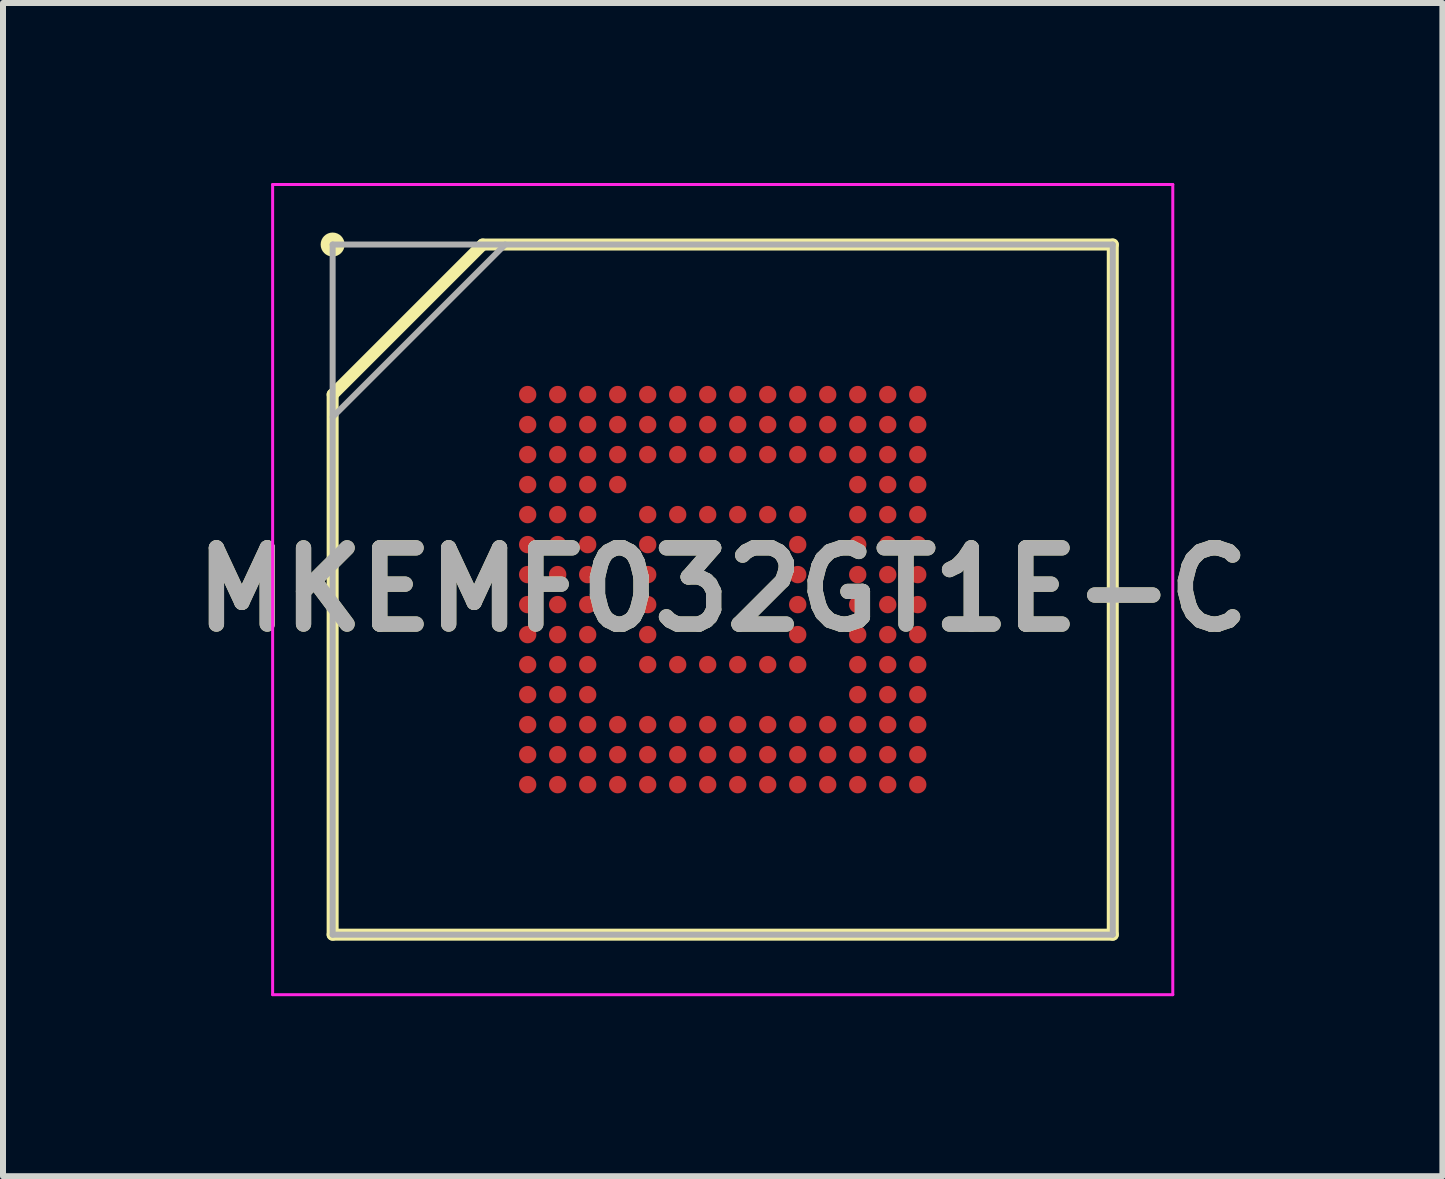
<source format=kicad_pcb>
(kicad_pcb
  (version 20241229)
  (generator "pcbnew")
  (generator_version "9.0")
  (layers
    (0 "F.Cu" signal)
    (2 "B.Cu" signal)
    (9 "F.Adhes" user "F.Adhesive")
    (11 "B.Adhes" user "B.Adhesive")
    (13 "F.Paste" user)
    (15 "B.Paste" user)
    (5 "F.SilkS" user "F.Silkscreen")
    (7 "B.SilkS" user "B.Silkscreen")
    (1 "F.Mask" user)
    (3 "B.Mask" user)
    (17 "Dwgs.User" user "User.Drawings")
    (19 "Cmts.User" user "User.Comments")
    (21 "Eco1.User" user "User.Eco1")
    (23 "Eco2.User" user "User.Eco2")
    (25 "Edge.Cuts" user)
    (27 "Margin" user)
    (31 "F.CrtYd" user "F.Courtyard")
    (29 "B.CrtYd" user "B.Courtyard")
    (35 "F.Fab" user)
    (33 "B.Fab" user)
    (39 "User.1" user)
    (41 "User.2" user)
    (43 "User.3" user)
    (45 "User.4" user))
  (footprint "MKEMF032GT1E-C"
    (layer "F.Cu")
    (at 8.993 6.775)
    (property "Reference" "MKEMF032GT1E-C" (at 0 0 0) (layer "F.SilkS") (effects (font (size 1.27 1.27) (thickness 0.254))))
    (attr smd)
    (fp_line (start -6.5 -3.25) (end -4 -5.75) (stroke (width 0.2) (type solid)) (layer "F.SilkS"))
    (fp_line (start -6.5 5.75) (end -6.5 -3.25) (stroke (width 0.2) (type solid)) (layer "F.SilkS"))
    (fp_line (start -4 -5.75) (end 6.5 -5.75) (stroke (width 0.2) (type solid)) (layer "F.SilkS"))
    (fp_line (start 6.5 -5.75) (end 6.5 5.75) (stroke (width 0.2) (type solid)) (layer "F.SilkS"))
    (fp_line (start 6.5 5.75) (end -6.5 5.75) (stroke (width 0.2) (type solid)) (layer "F.SilkS"))
    (fp_circle (center -6.5 -5.75) (end -6.5 -5.65) (stroke (width 0.2) (type solid)) (fill no) (layer "F.SilkS"))
    (fp_line (start -7.5 -6.75) (end 7.5 -6.75) (stroke (width 0.05) (type solid)) (layer "F.CrtYd"))
    (fp_line (start -7.5 6.75) (end -7.5 -6.75) (stroke (width 0.05) (type solid)) (layer "F.CrtYd"))
    (fp_line (start 7.5 -6.75) (end 7.5 6.75) (stroke (width 0.05) (type solid)) (layer "F.CrtYd"))
    (fp_line (start 7.5 6.75) (end -7.5 6.75) (stroke (width 0.05) (type solid)) (layer "F.CrtYd"))
    (fp_line (start -6.5 -5.75) (end 6.5 -5.75) (stroke (width 0.1) (type solid)) (layer "F.Fab"))
    (fp_line (start -6.5 -2.875) (end -3.625 -5.75) (stroke (width 0.1) (type solid)) (layer "F.Fab"))
    (fp_line (start -6.5 5.75) (end -6.5 -5.75) (stroke (width 0.1) (type solid)) (layer "F.Fab"))
    (fp_line (start 6.5 -5.75) (end 6.5 5.75) (stroke (width 0.1) (type solid)) (layer "F.Fab"))
    (fp_line (start 6.5 5.75) (end -6.5 5.75) (stroke (width 0.1) (type solid)) (layer "F.Fab"))
    (fp_text user "${REFERENCE}" (at 0 0 0) (layer "F.Fab") (effects (font (size 1.27 1.27) (thickness 0.254))))
    (pad "A1" smd circle (at -3.25 -3.25 90) (size 0.29 0.29) (layers "F.Cu" "F.Mask" "F.Paste"))
    (pad "A2" smd circle (at -2.75 -3.25 90) (size 0.29 0.29) (layers "F.Cu" "F.Mask" "F.Paste"))
    (pad "A3" smd circle (at -2.25 -3.25 90) (size 0.29 0.29) (layers "F.Cu" "F.Mask" "F.Paste"))
    (pad "A4" smd circle (at -1.75 -3.25 90) (size 0.29 0.29) (layers "F.Cu" "F.Mask" "F.Paste"))
    (pad "A5" smd circle (at -1.25 -3.25 90) (size 0.29 0.29) (layers "F.Cu" "F.Mask" "F.Paste"))
    (pad "A6" smd circle (at -0.75 -3.25 90) (size 0.29 0.29) (layers "F.Cu" "F.Mask" "F.Paste"))
    (pad "A7" smd circle (at -0.25 -3.25 90) (size 0.29 0.29) (layers "F.Cu" "F.Mask" "F.Paste"))
    (pad "A8" smd circle (at 0.25 -3.25 90) (size 0.29 0.29) (layers "F.Cu" "F.Mask" "F.Paste"))
    (pad "A9" smd circle (at 0.75 -3.25 90) (size 0.29 0.29) (layers "F.Cu" "F.Mask" "F.Paste"))
    (pad "A10" smd circle (at 1.25 -3.25 90) (size 0.29 0.29) (layers "F.Cu" "F.Mask" "F.Paste"))
    (pad "A11" smd circle (at 1.75 -3.25 90) (size 0.29 0.29) (layers "F.Cu" "F.Mask" "F.Paste"))
    (pad "A12" smd circle (at 2.25 -3.25 90) (size 0.29 0.29) (layers "F.Cu" "F.Mask" "F.Paste"))
    (pad "A13" smd circle (at 2.75 -3.25 90) (size 0.29 0.29) (layers "F.Cu" "F.Mask" "F.Paste"))
    (pad "A14" smd circle (at 3.25 -3.25 90) (size 0.29 0.29) (layers "F.Cu" "F.Mask" "F.Paste"))
    (pad "B1" smd circle (at -3.25 -2.75 90) (size 0.29 0.29) (layers "F.Cu" "F.Mask" "F.Paste"))
    (pad "B2" smd circle (at -2.75 -2.75 90) (size 0.29 0.29) (layers "F.Cu" "F.Mask" "F.Paste"))
    (pad "B3" smd circle (at -2.25 -2.75 90) (size 0.29 0.29) (layers "F.Cu" "F.Mask" "F.Paste"))
    (pad "B4" smd circle (at -1.75 -2.75 90) (size 0.29 0.29) (layers "F.Cu" "F.Mask" "F.Paste"))
    (pad "B5" smd circle (at -1.25 -2.75 90) (size 0.29 0.29) (layers "F.Cu" "F.Mask" "F.Paste"))
    (pad "B6" smd circle (at -0.75 -2.75 90) (size 0.29 0.29) (layers "F.Cu" "F.Mask" "F.Paste"))
    (pad "B7" smd circle (at -0.25 -2.75 90) (size 0.29 0.29) (layers "F.Cu" "F.Mask" "F.Paste"))
    (pad "B8" smd circle (at 0.25 -2.75 90) (size 0.29 0.29) (layers "F.Cu" "F.Mask" "F.Paste"))
    (pad "B9" smd circle (at 0.75 -2.75 90) (size 0.29 0.29) (layers "F.Cu" "F.Mask" "F.Paste"))
    (pad "B10" smd circle (at 1.25 -2.75 90) (size 0.29 0.29) (layers "F.Cu" "F.Mask" "F.Paste"))
    (pad "B11" smd circle (at 1.75 -2.75 90) (size 0.29 0.29) (layers "F.Cu" "F.Mask" "F.Paste"))
    (pad "B12" smd circle (at 2.25 -2.75 90) (size 0.29 0.29) (layers "F.Cu" "F.Mask" "F.Paste"))
    (pad "B13" smd circle (at 2.75 -2.75 90) (size 0.29 0.29) (layers "F.Cu" "F.Mask" "F.Paste"))
    (pad "B14" smd circle (at 3.25 -2.75 90) (size 0.29 0.29) (layers "F.Cu" "F.Mask" "F.Paste"))
    (pad "C1" smd circle (at -3.25 -2.25 90) (size 0.29 0.29) (layers "F.Cu" "F.Mask" "F.Paste"))
    (pad "C2" smd circle (at -2.75 -2.25 90) (size 0.29 0.29) (layers "F.Cu" "F.Mask" "F.Paste"))
    (pad "C3" smd circle (at -2.25 -2.25 90) (size 0.29 0.29) (layers "F.Cu" "F.Mask" "F.Paste"))
    (pad "C4" smd circle (at -1.75 -2.25 90) (size 0.29 0.29) (layers "F.Cu" "F.Mask" "F.Paste"))
    (pad "C5" smd circle (at -1.25 -2.25 90) (size 0.29 0.29) (layers "F.Cu" "F.Mask" "F.Paste"))
    (pad "C6" smd circle (at -0.75 -2.25 90) (size 0.29 0.29) (layers "F.Cu" "F.Mask" "F.Paste"))
    (pad "C7" smd circle (at -0.25 -2.25 90) (size 0.29 0.29) (layers "F.Cu" "F.Mask" "F.Paste"))
    (pad "C8" smd circle (at 0.25 -2.25 90) (size 0.29 0.29) (layers "F.Cu" "F.Mask" "F.Paste"))
    (pad "C9" smd circle (at 0.75 -2.25 90) (size 0.29 0.29) (layers "F.Cu" "F.Mask" "F.Paste"))
    (pad "C10" smd circle (at 1.25 -2.25 90) (size 0.29 0.29) (layers "F.Cu" "F.Mask" "F.Paste"))
    (pad "C11" smd circle (at 1.75 -2.25 90) (size 0.29 0.29) (layers "F.Cu" "F.Mask" "F.Paste"))
    (pad "C12" smd circle (at 2.25 -2.25 90) (size 0.29 0.29) (layers "F.Cu" "F.Mask" "F.Paste"))
    (pad "C13" smd circle (at 2.75 -2.25 90) (size 0.29 0.29) (layers "F.Cu" "F.Mask" "F.Paste"))
    (pad "C14" smd circle (at 3.25 -2.25 90) (size 0.29 0.29) (layers "F.Cu" "F.Mask" "F.Paste"))
    (pad "D1" smd circle (at -3.25 -1.75 90) (size 0.29 0.29) (layers "F.Cu" "F.Mask" "F.Paste"))
    (pad "D2" smd circle (at -2.75 -1.75 90) (size 0.29 0.29) (layers "F.Cu" "F.Mask" "F.Paste"))
    (pad "D3" smd circle (at -2.25 -1.75 90) (size 0.29 0.29) (layers "F.Cu" "F.Mask" "F.Paste"))
    (pad "D4" smd circle (at -1.75 -1.75 90) (size 0.29 0.29) (layers "F.Cu" "F.Mask" "F.Paste"))
    (pad "D12" smd circle (at 2.25 -1.75 90) (size 0.29 0.29) (layers "F.Cu" "F.Mask" "F.Paste"))
    (pad "D13" smd circle (at 2.75 -1.75 90) (size 0.29 0.29) (layers "F.Cu" "F.Mask" "F.Paste"))
    (pad "D14" smd circle (at 3.25 -1.75 90) (size 0.29 0.29) (layers "F.Cu" "F.Mask" "F.Paste"))
    (pad "E1" smd circle (at -3.25 -1.25 90) (size 0.29 0.29) (layers "F.Cu" "F.Mask" "F.Paste"))
    (pad "E2" smd circle (at -2.75 -1.25 90) (size 0.29 0.29) (layers "F.Cu" "F.Mask" "F.Paste"))
    (pad "E3" smd circle (at -2.25 -1.25 90) (size 0.29 0.29) (layers "F.Cu" "F.Mask" "F.Paste"))
    (pad "E5" smd circle (at -1.25 -1.25 90) (size 0.29 0.29) (layers "F.Cu" "F.Mask" "F.Paste"))
    (pad "E6" smd circle (at -0.75 -1.25 90) (size 0.29 0.29) (layers "F.Cu" "F.Mask" "F.Paste"))
    (pad "E7" smd circle (at -0.25 -1.25 90) (size 0.29 0.29) (layers "F.Cu" "F.Mask" "F.Paste"))
    (pad "E8" smd circle (at 0.25 -1.25 90) (size 0.29 0.29) (layers "F.Cu" "F.Mask" "F.Paste"))
    (pad "E9" smd circle (at 0.75 -1.25 90) (size 0.29 0.29) (layers "F.Cu" "F.Mask" "F.Paste"))
    (pad "E10" smd circle (at 1.25 -1.25 90) (size 0.29 0.29) (layers "F.Cu" "F.Mask" "F.Paste"))
    (pad "E12" smd circle (at 2.25 -1.25 90) (size 0.29 0.29) (layers "F.Cu" "F.Mask" "F.Paste"))
    (pad "E13" smd circle (at 2.75 -1.25 90) (size 0.29 0.29) (layers "F.Cu" "F.Mask" "F.Paste"))
    (pad "E14" smd circle (at 3.25 -1.25 90) (size 0.29 0.29) (layers "F.Cu" "F.Mask" "F.Paste"))
    (pad "F1" smd circle (at -3.25 -0.75 90) (size 0.29 0.29) (layers "F.Cu" "F.Mask" "F.Paste"))
    (pad "F2" smd circle (at -2.75 -0.75 90) (size 0.29 0.29) (layers "F.Cu" "F.Mask" "F.Paste"))
    (pad "F3" smd circle (at -2.25 -0.75 90) (size 0.29 0.29) (layers "F.Cu" "F.Mask" "F.Paste"))
    (pad "F5" smd circle (at -1.25 -0.75 90) (size 0.29 0.29) (layers "F.Cu" "F.Mask" "F.Paste"))
    (pad "F10" smd circle (at 1.25 -0.75 90) (size 0.29 0.29) (layers "F.Cu" "F.Mask" "F.Paste"))
    (pad "F12" smd circle (at 2.25 -0.75 90) (size 0.29 0.29) (layers "F.Cu" "F.Mask" "F.Paste"))
    (pad "F13" smd circle (at 2.75 -0.75 90) (size 0.29 0.29) (layers "F.Cu" "F.Mask" "F.Paste"))
    (pad "F14" smd circle (at 3.25 -0.75 90) (size 0.29 0.29) (layers "F.Cu" "F.Mask" "F.Paste"))
    (pad "G1" smd circle (at -3.25 -0.25 90) (size 0.29 0.29) (layers "F.Cu" "F.Mask" "F.Paste"))
    (pad "G2" smd circle (at -2.75 -0.25 90) (size 0.29 0.29) (layers "F.Cu" "F.Mask" "F.Paste"))
    (pad "G3" smd circle (at -2.25 -0.25 90) (size 0.29 0.29) (layers "F.Cu" "F.Mask" "F.Paste"))
    (pad "G5" smd circle (at -1.25 -0.25 90) (size 0.29 0.29) (layers "F.Cu" "F.Mask" "F.Paste"))
    (pad "G10" smd circle (at 1.25 -0.25 90) (size 0.29 0.29) (layers "F.Cu" "F.Mask" "F.Paste"))
    (pad "G12" smd circle (at 2.25 -0.25 90) (size 0.29 0.29) (layers "F.Cu" "F.Mask" "F.Paste"))
    (pad "G13" smd circle (at 2.75 -0.25 90) (size 0.29 0.29) (layers "F.Cu" "F.Mask" "F.Paste"))
    (pad "G14" smd circle (at 3.25 -0.25 90) (size 0.29 0.29) (layers "F.Cu" "F.Mask" "F.Paste"))
    (pad "H1" smd circle (at -3.25 0.25 90) (size 0.29 0.29) (layers "F.Cu" "F.Mask" "F.Paste"))
    (pad "H2" smd circle (at -2.75 0.25 90) (size 0.29 0.29) (layers "F.Cu" "F.Mask" "F.Paste"))
    (pad "H3" smd circle (at -2.25 0.25 90) (size 0.29 0.29) (layers "F.Cu" "F.Mask" "F.Paste"))
    (pad "H5" smd circle (at -1.25 0.25 90) (size 0.29 0.29) (layers "F.Cu" "F.Mask" "F.Paste"))
    (pad "H10" smd circle (at 1.25 0.25 90) (size 0.29 0.29) (layers "F.Cu" "F.Mask" "F.Paste"))
    (pad "H12" smd circle (at 2.25 0.25 90) (size 0.29 0.29) (layers "F.Cu" "F.Mask" "F.Paste"))
    (pad "H13" smd circle (at 2.75 0.25 90) (size 0.29 0.29) (layers "F.Cu" "F.Mask" "F.Paste"))
    (pad "H14" smd circle (at 3.25 0.25 90) (size 0.29 0.29) (layers "F.Cu" "F.Mask" "F.Paste"))
    (pad "J1" smd circle (at -3.25 0.75 90) (size 0.29 0.29) (layers "F.Cu" "F.Mask" "F.Paste"))
    (pad "J2" smd circle (at -2.75 0.75 90) (size 0.29 0.29) (layers "F.Cu" "F.Mask" "F.Paste"))
    (pad "J3" smd circle (at -2.25 0.75 90) (size 0.29 0.29) (layers "F.Cu" "F.Mask" "F.Paste"))
    (pad "J5" smd circle (at -1.25 0.75 90) (size 0.29 0.29) (layers "F.Cu" "F.Mask" "F.Paste"))
    (pad "J10" smd circle (at 1.25 0.75 90) (size 0.29 0.29) (layers "F.Cu" "F.Mask" "F.Paste"))
    (pad "J12" smd circle (at 2.25 0.75 90) (size 0.29 0.29) (layers "F.Cu" "F.Mask" "F.Paste"))
    (pad "J13" smd circle (at 2.75 0.75 90) (size 0.29 0.29) (layers "F.Cu" "F.Mask" "F.Paste"))
    (pad "J14" smd circle (at 3.25 0.75 90) (size 0.29 0.29) (layers "F.Cu" "F.Mask" "F.Paste"))
    (pad "K1" smd circle (at -3.25 1.25 90) (size 0.29 0.29) (layers "F.Cu" "F.Mask" "F.Paste"))
    (pad "K2" smd circle (at -2.75 1.25 90) (size 0.29 0.29) (layers "F.Cu" "F.Mask" "F.Paste"))
    (pad "K3" smd circle (at -2.25 1.25 90) (size 0.29 0.29) (layers "F.Cu" "F.Mask" "F.Paste"))
    (pad "K5" smd circle (at -1.25 1.25 90) (size 0.29 0.29) (layers "F.Cu" "F.Mask" "F.Paste"))
    (pad "K6" smd circle (at -0.75 1.25 90) (size 0.29 0.29) (layers "F.Cu" "F.Mask" "F.Paste"))
    (pad "K7" smd circle (at -0.25 1.25 90) (size 0.29 0.29) (layers "F.Cu" "F.Mask" "F.Paste"))
    (pad "K8" smd circle (at 0.25 1.25 90) (size 0.29 0.29) (layers "F.Cu" "F.Mask" "F.Paste"))
    (pad "K9" smd circle (at 0.75 1.25 90) (size 0.29 0.29) (layers "F.Cu" "F.Mask" "F.Paste"))
    (pad "K10" smd circle (at 1.25 1.25 90) (size 0.29 0.29) (layers "F.Cu" "F.Mask" "F.Paste"))
    (pad "K12" smd circle (at 2.25 1.25 90) (size 0.29 0.29) (layers "F.Cu" "F.Mask" "F.Paste"))
    (pad "K13" smd circle (at 2.75 1.25 90) (size 0.29 0.29) (layers "F.Cu" "F.Mask" "F.Paste"))
    (pad "K14" smd circle (at 3.25 1.25 90) (size 0.29 0.29) (layers "F.Cu" "F.Mask" "F.Paste"))
    (pad "L1" smd circle (at -3.25 1.75 90) (size 0.29 0.29) (layers "F.Cu" "F.Mask" "F.Paste"))
    (pad "L2" smd circle (at -2.75 1.75 90) (size 0.29 0.29) (layers "F.Cu" "F.Mask" "F.Paste"))
    (pad "L3" smd circle (at -2.25 1.75 90) (size 0.29 0.29) (layers "F.Cu" "F.Mask" "F.Paste"))
    (pad "L12" smd circle (at 2.25 1.75 90) (size 0.29 0.29) (layers "F.Cu" "F.Mask" "F.Paste"))
    (pad "L13" smd circle (at 2.75 1.75 90) (size 0.29 0.29) (layers "F.Cu" "F.Mask" "F.Paste"))
    (pad "L14" smd circle (at 3.25 1.75 90) (size 0.29 0.29) (layers "F.Cu" "F.Mask" "F.Paste"))
    (pad "M1" smd circle (at -3.25 2.25 90) (size 0.29 0.29) (layers "F.Cu" "F.Mask" "F.Paste"))
    (pad "M2" smd circle (at -2.75 2.25 90) (size 0.29 0.29) (layers "F.Cu" "F.Mask" "F.Paste"))
    (pad "M3" smd circle (at -2.25 2.25 90) (size 0.29 0.29) (layers "F.Cu" "F.Mask" "F.Paste"))
    (pad "M4" smd circle (at -1.75 2.25 90) (size 0.29 0.29) (layers "F.Cu" "F.Mask" "F.Paste"))
    (pad "M5" smd circle (at -1.25 2.25 90) (size 0.29 0.29) (layers "F.Cu" "F.Mask" "F.Paste"))
    (pad "M6" smd circle (at -0.75 2.25 90) (size 0.29 0.29) (layers "F.Cu" "F.Mask" "F.Paste"))
    (pad "M7" smd circle (at -0.25 2.25 90) (size 0.29 0.29) (layers "F.Cu" "F.Mask" "F.Paste"))
    (pad "M8" smd circle (at 0.25 2.25 90) (size 0.29 0.29) (layers "F.Cu" "F.Mask" "F.Paste"))
    (pad "M9" smd circle (at 0.75 2.25 90) (size 0.29 0.29) (layers "F.Cu" "F.Mask" "F.Paste"))
    (pad "M10" smd circle (at 1.25 2.25 90) (size 0.29 0.29) (layers "F.Cu" "F.Mask" "F.Paste"))
    (pad "M11" smd circle (at 1.75 2.25 90) (size 0.29 0.29) (layers "F.Cu" "F.Mask" "F.Paste"))
    (pad "M12" smd circle (at 2.25 2.25 90) (size 0.29 0.29) (layers "F.Cu" "F.Mask" "F.Paste"))
    (pad "M13" smd circle (at 2.75 2.25 90) (size 0.29 0.29) (layers "F.Cu" "F.Mask" "F.Paste"))
    (pad "M14" smd circle (at 3.25 2.25 90) (size 0.29 0.29) (layers "F.Cu" "F.Mask" "F.Paste"))
    (pad "N1" smd circle (at -3.25 2.75 90) (size 0.29 0.29) (layers "F.Cu" "F.Mask" "F.Paste"))
    (pad "N2" smd circle (at -2.75 2.75 90) (size 0.29 0.29) (layers "F.Cu" "F.Mask" "F.Paste"))
    (pad "N3" smd circle (at -2.25 2.75 90) (size 0.29 0.29) (layers "F.Cu" "F.Mask" "F.Paste"))
    (pad "N4" smd circle (at -1.75 2.75 90) (size 0.29 0.29) (layers "F.Cu" "F.Mask" "F.Paste"))
    (pad "N5" smd circle (at -1.25 2.75 90) (size 0.29 0.29) (layers "F.Cu" "F.Mask" "F.Paste"))
    (pad "N6" smd circle (at -0.75 2.75 90) (size 0.29 0.29) (layers "F.Cu" "F.Mask" "F.Paste"))
    (pad "N7" smd circle (at -0.25 2.75 90) (size 0.29 0.29) (layers "F.Cu" "F.Mask" "F.Paste"))
    (pad "N8" smd circle (at 0.25 2.75 90) (size 0.29 0.29) (layers "F.Cu" "F.Mask" "F.Paste"))
    (pad "N9" smd circle (at 0.75 2.75 90) (size 0.29 0.29) (layers "F.Cu" "F.Mask" "F.Paste"))
    (pad "N10" smd circle (at 1.25 2.75 90) (size 0.29 0.29) (layers "F.Cu" "F.Mask" "F.Paste"))
    (pad "N11" smd circle (at 1.75 2.75 90) (size 0.29 0.29) (layers "F.Cu" "F.Mask" "F.Paste"))
    (pad "N12" smd circle (at 2.25 2.75 90) (size 0.29 0.29) (layers "F.Cu" "F.Mask" "F.Paste"))
    (pad "N13" smd circle (at 2.75 2.75 90) (size 0.29 0.29) (layers "F.Cu" "F.Mask" "F.Paste"))
    (pad "N14" smd circle (at 3.25 2.75 90) (size 0.29 0.29) (layers "F.Cu" "F.Mask" "F.Paste"))
    (pad "P1" smd circle (at -3.25 3.25 90) (size 0.29 0.29) (layers "F.Cu" "F.Mask" "F.Paste"))
    (pad "P2" smd circle (at -2.75 3.25 90) (size 0.29 0.29) (layers "F.Cu" "F.Mask" "F.Paste"))
    (pad "P3" smd circle (at -2.25 3.25 90) (size 0.29 0.29) (layers "F.Cu" "F.Mask" "F.Paste"))
    (pad "P4" smd circle (at -1.75 3.25 90) (size 0.29 0.29) (layers "F.Cu" "F.Mask" "F.Paste"))
    (pad "P5" smd circle (at -1.25 3.25 90) (size 0.29 0.29) (layers "F.Cu" "F.Mask" "F.Paste"))
    (pad "P6" smd circle (at -0.75 3.25 90) (size 0.29 0.29) (layers "F.Cu" "F.Mask" "F.Paste"))
    (pad "P7" smd circle (at -0.25 3.25 90) (size 0.29 0.29) (layers "F.Cu" "F.Mask" "F.Paste"))
    (pad "P8" smd circle (at 0.25 3.25 90) (size 0.29 0.29) (layers "F.Cu" "F.Mask" "F.Paste"))
    (pad "P9" smd circle (at 0.75 3.25 90) (size 0.29 0.29) (layers "F.Cu" "F.Mask" "F.Paste"))
    (pad "P10" smd circle (at 1.25 3.25 90) (size 0.29 0.29) (layers "F.Cu" "F.Mask" "F.Paste"))
    (pad "P11" smd circle (at 1.75 3.25 90) (size 0.29 0.29) (layers "F.Cu" "F.Mask" "F.Paste"))
    (pad "P12" smd circle (at 2.25 3.25 90) (size 0.29 0.29) (layers "F.Cu" "F.Mask" "F.Paste"))
    (pad "P13" smd circle (at 2.75 3.25 90) (size 0.29 0.29) (layers "F.Cu" "F.Mask" "F.Paste"))
    (pad "P14" smd circle (at 3.25 3.25 90) (size 0.29 0.29) (layers "F.Cu" "F.Mask" "F.Paste")))
  (gr_rect
    (start -3 -3)
    (end 20.986 16.55)
    (stroke (width 0.1) (type default))
    (fill no)
    (layer "Edge.Cuts")))
</source>
